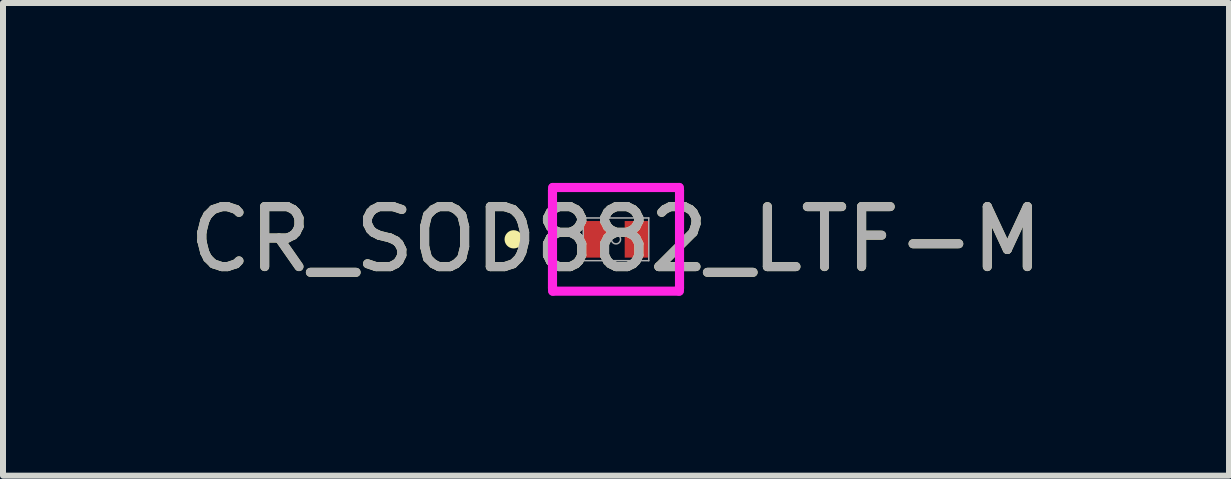
<source format=kicad_pcb>
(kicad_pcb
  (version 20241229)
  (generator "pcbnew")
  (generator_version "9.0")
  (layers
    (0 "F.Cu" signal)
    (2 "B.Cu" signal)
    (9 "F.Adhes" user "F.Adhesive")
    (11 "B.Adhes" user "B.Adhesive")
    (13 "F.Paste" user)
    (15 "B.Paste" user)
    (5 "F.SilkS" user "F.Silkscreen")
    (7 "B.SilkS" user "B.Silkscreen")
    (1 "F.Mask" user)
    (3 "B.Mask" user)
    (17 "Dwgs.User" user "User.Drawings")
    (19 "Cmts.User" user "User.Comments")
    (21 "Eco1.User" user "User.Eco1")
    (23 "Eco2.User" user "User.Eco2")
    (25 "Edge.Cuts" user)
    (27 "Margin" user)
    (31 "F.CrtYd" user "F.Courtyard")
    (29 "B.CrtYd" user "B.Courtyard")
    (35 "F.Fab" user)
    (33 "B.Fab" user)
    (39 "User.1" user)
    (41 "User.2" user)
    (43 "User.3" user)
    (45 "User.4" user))
  (footprint "CR_SOD882_LTF-M"
    (layer "F.Cu")
    (at 7.22 0.94)
    (property "Reference" "CR_SOD882_LTF-M" (at 0 0 0) (unlocked yes) (layer "F.SilkS") (effects (font (size 1 1) (thickness 0.15))))
    (attr smd)
    (fp_circle (center -1.706 0) (end -1.63 0) (stroke (width 0.152) (type solid)) (fill no) (layer "F.SilkS"))
    (fp_line (start -1.059 -0.813) (end -1.054 -0.813) (stroke (width 0.152) (type solid)) (layer "F.CrtYd"))
    (fp_line (start -1.059 0.813) (end -1.059 -0.813) (stroke (width 0.152) (type solid)) (layer "F.CrtYd"))
    (fp_line (start -1.059 0.813) (end -1.054 0.813) (stroke (width 0.152) (type solid)) (layer "F.CrtYd"))
    (fp_line (start -1.054 -0.864) (end 1.054 -0.864) (stroke (width 0.152) (type solid)) (layer "F.CrtYd"))
    (fp_line (start -1.054 -0.813) (end -1.054 -0.864) (stroke (width 0.152) (type solid)) (layer "F.CrtYd"))
    (fp_line (start -1.054 0.864) (end -1.054 0.813) (stroke (width 0.152) (type solid)) (layer "F.CrtYd"))
    (fp_line (start 1.054 -0.864) (end 1.054 -0.813) (stroke (width 0.152) (type solid)) (layer "F.CrtYd"))
    (fp_line (start 1.054 0.813) (end 1.054 0.864) (stroke (width 0.152) (type solid)) (layer "F.CrtYd"))
    (fp_line (start 1.054 0.864) (end -1.054 0.864) (stroke (width 0.152) (type solid)) (layer "F.CrtYd"))
    (fp_line (start 1.059 -0.813) (end 1.054 -0.813) (stroke (width 0.152) (type solid)) (layer "F.CrtYd"))
    (fp_line (start 1.059 -0.813) (end 1.059 0.813) (stroke (width 0.152) (type solid)) (layer "F.CrtYd"))
    (fp_line (start 1.059 0.813) (end 1.054 0.813) (stroke (width 0.152) (type solid)) (layer "F.CrtYd"))
    (fp_line (start -0.546 -0.356) (end -0.546 0.356) (stroke (width 0.025) (type solid)) (layer "F.Fab"))
    (fp_line (start -0.546 0.356) (end 0.546 0.356) (stroke (width 0.025) (type solid)) (layer "F.Fab"))
    (fp_line (start 0.546 -0.356) (end -0.546 -0.356) (stroke (width 0.025) (type solid)) (layer "F.Fab"))
    (fp_line (start 0.546 0.356) (end 0.546 -0.356) (stroke (width 0.025) (type solid)) (layer "F.Fab"))
    (fp_circle (center 0 0) (end 0.076 0) (stroke (width 0.025) (type solid)) (fill no) (layer "F.Fab"))
    (fp_text user "${REFERENCE}" (at 0 0 0) (unlocked yes) (layer "F.Fab") (effects (font (size 1 1) (thickness 0.15))))
    (pad "1" smd rect (at -0.348 0) (size 0.406 0.61) (layers "F.Cu" "F.Mask" "F.Paste"))
    (pad "2" smd rect (at 0.348 0) (size 0.406 0.61) (layers "F.Cu" "F.Mask" "F.Paste")))
  (gr_rect
    (start -3 -3)
    (end 17.44 4.88)
    (stroke (width 0.1) (type default))
    (fill no)
    (layer "Edge.Cuts")))
</source>
